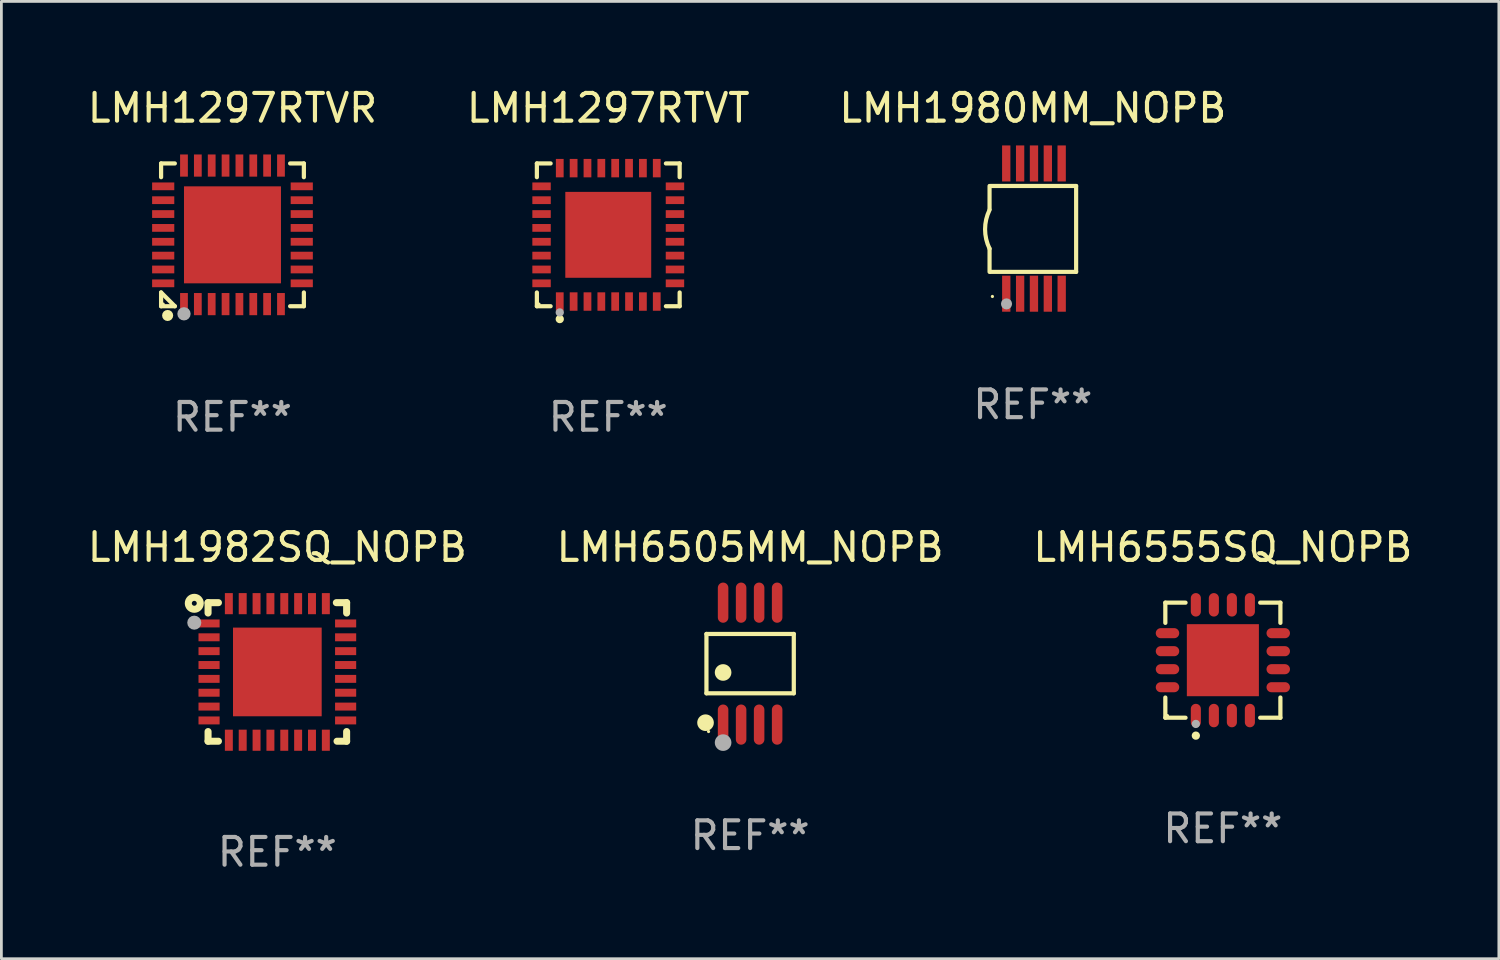
<source format=kicad_pcb>
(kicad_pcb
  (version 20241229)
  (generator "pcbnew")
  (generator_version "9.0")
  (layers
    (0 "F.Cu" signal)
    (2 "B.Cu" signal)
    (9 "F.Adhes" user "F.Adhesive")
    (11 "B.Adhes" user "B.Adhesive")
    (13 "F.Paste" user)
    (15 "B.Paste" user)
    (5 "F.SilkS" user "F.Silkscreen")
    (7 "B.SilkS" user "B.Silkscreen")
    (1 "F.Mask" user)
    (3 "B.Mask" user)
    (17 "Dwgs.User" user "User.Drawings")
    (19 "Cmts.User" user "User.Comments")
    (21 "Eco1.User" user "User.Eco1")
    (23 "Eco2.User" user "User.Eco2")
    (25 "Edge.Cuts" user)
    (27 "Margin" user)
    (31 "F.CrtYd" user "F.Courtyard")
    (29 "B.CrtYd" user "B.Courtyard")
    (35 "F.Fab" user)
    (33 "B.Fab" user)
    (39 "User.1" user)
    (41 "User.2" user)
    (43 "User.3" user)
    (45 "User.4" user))
  (footprint "LMH1982SQ_NOPB"
    (layer "F.Cu")
    (at 6.958 21.197)
    (property "Reference" "LMH1982SQ_NOPB" (at 0 -4.5 0) (layer "F.SilkS") (effects (font (size 1 1) (thickness 0.15))))
    (attr through_hole)
    (fp_line (start -2.5 -2.5) (end -2.5 -2.126) (stroke (width 0.254) (type solid)) (layer "F.SilkS"))
    (fp_line (start -2.5 -2.5) (end -2.126 -2.5) (stroke (width 0.254) (type solid)) (layer "F.SilkS"))
    (fp_line (start -2.5 2.151) (end -2.5 2.5) (stroke (width 0.254) (type solid)) (layer "F.SilkS"))
    (fp_line (start -2.126 2.5) (end -2.5 2.5) (stroke (width 0.254) (type solid)) (layer "F.SilkS"))
    (fp_line (start 2.129 -2.5) (end 2.5 -2.5) (stroke (width 0.254) (type solid)) (layer "F.SilkS"))
    (fp_line (start 2.5 -2.5) (end 2.5 -2.126) (stroke (width 0.254) (type solid)) (layer "F.SilkS"))
    (fp_line (start 2.5 2.151) (end 2.5 2.5) (stroke (width 0.254) (type solid)) (layer "F.SilkS"))
    (fp_line (start 2.5 2.5) (end 2.154 2.5) (stroke (width 0.254) (type solid)) (layer "F.SilkS"))
    (fp_circle (center -2.997 -2.477) (end -2.908 -2.477) (stroke (width 0.254) (type solid)) (fill no) (layer "F.SilkS"))
    (fp_circle (center -2.45 -2.45) (end -2.4 -2.45) (stroke (width 0.1) (type solid)) (fill no) (layer "F.SilkS"))
    (fp_circle (center -2.997 -1.778) (end -2.87 -1.778) (stroke (width 0.254) (type solid)) (fill no) (layer "F.Fab"))
    (fp_text user "REF**" (at 0 6.5 0) (layer "F.Fab") (effects (font (size 1 1) (thickness 0.15))))
    (pad "1" smd rect (at -2.464 -1.75) (size 0.762 0.287) (layers "F.Cu" "F.Mask" "F.Paste"))
    (pad "2" smd rect (at -2.464 -1.25) (size 0.762 0.287) (layers "F.Cu" "F.Mask" "F.Paste"))
    (pad "3" smd rect (at -2.464 -0.75) (size 0.762 0.287) (layers "F.Cu" "F.Mask" "F.Paste"))
    (pad "4" smd rect (at -2.464 -0.25) (size 0.762 0.287) (layers "F.Cu" "F.Mask" "F.Paste"))
    (pad "5" smd rect (at -2.464 0.25) (size 0.762 0.287) (layers "F.Cu" "F.Mask" "F.Paste"))
    (pad "6" smd rect (at -2.464 0.75) (size 0.762 0.287) (layers "F.Cu" "F.Mask" "F.Paste"))
    (pad "7" smd rect (at -2.464 1.25) (size 0.762 0.287) (layers "F.Cu" "F.Mask" "F.Paste"))
    (pad "8" smd rect (at -2.464 1.75) (size 0.762 0.287) (layers "F.Cu" "F.Mask" "F.Paste"))
    (pad "9" smd rect (at -1.75 2.464) (size 0.287 0.762) (layers "F.Cu" "F.Mask" "F.Paste"))
    (pad "10" smd rect (at -1.25 2.464) (size 0.287 0.762) (layers "F.Cu" "F.Mask" "F.Paste"))
    (pad "11" smd rect (at -0.75 2.464) (size 0.287 0.762) (layers "F.Cu" "F.Mask" "F.Paste"))
    (pad "12" smd rect (at -0.25 2.464) (size 0.287 0.762) (layers "F.Cu" "F.Mask" "F.Paste"))
    (pad "13" smd rect (at 0.25 2.464) (size 0.287 0.762) (layers "F.Cu" "F.Mask" "F.Paste"))
    (pad "14" smd rect (at 0.75 2.464) (size 0.287 0.762) (layers "F.Cu" "F.Mask" "F.Paste"))
    (pad "15" smd rect (at 1.25 2.464) (size 0.287 0.762) (layers "F.Cu" "F.Mask" "F.Paste"))
    (pad "16" smd rect (at 1.75 2.464) (size 0.287 0.762) (layers "F.Cu" "F.Mask" "F.Paste"))
    (pad "17" smd rect (at 2.464 1.75) (size 0.762 0.287) (layers "F.Cu" "F.Mask" "F.Paste"))
    (pad "18" smd rect (at 2.464 1.25) (size 0.762 0.287) (layers "F.Cu" "F.Mask" "F.Paste"))
    (pad "19" smd rect (at 2.464 0.75) (size 0.762 0.287) (layers "F.Cu" "F.Mask" "F.Paste"))
    (pad "20" smd rect (at 2.464 0.25) (size 0.762 0.287) (layers "F.Cu" "F.Mask" "F.Paste"))
    (pad "21" smd rect (at 2.464 -0.25) (size 0.762 0.287) (layers "F.Cu" "F.Mask" "F.Paste"))
    (pad "22" smd rect (at 2.464 -0.75) (size 0.762 0.287) (layers "F.Cu" "F.Mask" "F.Paste"))
    (pad "23" smd rect (at 2.464 -1.25) (size 0.762 0.287) (layers "F.Cu" "F.Mask" "F.Paste"))
    (pad "24" smd rect (at 2.464 -1.75) (size 0.762 0.287) (layers "F.Cu" "F.Mask" "F.Paste"))
    (pad "25" smd rect (at 1.75 -2.464) (size 0.287 0.762) (layers "F.Cu" "F.Mask" "F.Paste"))
    (pad "26" smd rect (at 1.25 -2.464) (size 0.287 0.762) (layers "F.Cu" "F.Mask" "F.Paste"))
    (pad "27" smd rect (at 0.75 -2.464) (size 0.287 0.762) (layers "F.Cu" "F.Mask" "F.Paste"))
    (pad "28" smd rect (at 0.25 -2.464) (size 0.287 0.762) (layers "F.Cu" "F.Mask" "F.Paste"))
    (pad "29" smd rect (at -0.25 -2.464) (size 0.287 0.762) (layers "F.Cu" "F.Mask" "F.Paste"))
    (pad "30" smd rect (at -0.75 -2.464) (size 0.287 0.762) (layers "F.Cu" "F.Mask" "F.Paste"))
    (pad "31" smd rect (at -1.25 -2.464) (size 0.287 0.762) (layers "F.Cu" "F.Mask" "F.Paste"))
    (pad "32" smd rect (at -1.75 -2.464) (size 0.287 0.762) (layers "F.Cu" "F.Mask" "F.Paste"))
    (pad "33" smd rect (at 0 0) (size 3.2 3.2) (layers "F.Cu" "F.Mask" "F.Paste")))
  (footprint "LMH6555SQ_NOPB"
    (layer "F.Cu")
    (at 41.077 20.773)
    (property "Reference" "LMH6555SQ_NOPB" (at 0 -4.076 0) (layer "F.SilkS") (effects (font (size 1 1) (thickness 0.15))))
    (attr through_hole)
    (fp_line (start -2.076 -2.076) (end -1.347 -2.076) (stroke (width 0.152) (type solid)) (layer "F.SilkS"))
    (fp_line (start -2.076 -1.347) (end -2.076 -2.076) (stroke (width 0.152) (type solid)) (layer "F.SilkS"))
    (fp_line (start -2.076 1.347) (end -2.076 2.076) (stroke (width 0.152) (type solid)) (layer "F.SilkS"))
    (fp_line (start -2.076 2.076) (end -1.347 2.076) (stroke (width 0.152) (type solid)) (layer "F.SilkS"))
    (fp_line (start 2.076 -2.076) (end 1.347 -2.076) (stroke (width 0.152) (type solid)) (layer "F.SilkS"))
    (fp_line (start 2.076 -1.347) (end 2.076 -2.076) (stroke (width 0.152) (type solid)) (layer "F.SilkS"))
    (fp_line (start 2.076 1.347) (end 2.076 2.076) (stroke (width 0.152) (type solid)) (layer "F.SilkS"))
    (fp_line (start 2.076 2.076) (end 1.347 2.076) (stroke (width 0.152) (type solid)) (layer "F.SilkS"))
    (fp_circle (center -2 2) (end -1.97 2) (stroke (width 0.06) (type solid)) (fill no) (layer "F.SilkS"))
    (fp_circle (center -0.975 2.722) (end -0.9 2.722) (stroke (width 0.15) (type solid)) (fill no) (layer "F.SilkS"))
    (fp_circle (center -0.975 2.3) (end -0.9 2.3) (stroke (width 0.15) (type solid)) (fill no) (layer "F.Fab"))
    (fp_text user "REF**" (at 0 6.076 0) (layer "F.Fab") (effects (font (size 1 1) (thickness 0.15))))
    (pad "1" smd oval (at -0.975 1.998) (size 0.364 0.847) (layers "F.Cu" "F.Mask" "F.Paste"))
    (pad "2" smd oval (at -0.325 1.998) (size 0.364 0.847) (layers "F.Cu" "F.Mask" "F.Paste"))
    (pad "3" smd oval (at 0.325 1.998) (size 0.364 0.847) (layers "F.Cu" "F.Mask" "F.Paste"))
    (pad "4" smd oval (at 0.975 1.998) (size 0.364 0.847) (layers "F.Cu" "F.Mask" "F.Paste"))
    (pad "5" smd oval (at 1.998 0.975) (size 0.847 0.364) (layers "F.Cu" "F.Mask" "F.Paste"))
    (pad "6" smd oval (at 1.998 0.325) (size 0.847 0.364) (layers "F.Cu" "F.Mask" "F.Paste"))
    (pad "7" smd oval (at 1.998 -0.325) (size 0.847 0.364) (layers "F.Cu" "F.Mask" "F.Paste"))
    (pad "8" smd oval (at 1.998 -0.975) (size 0.847 0.364) (layers "F.Cu" "F.Mask" "F.Paste"))
    (pad "9" smd oval (at 0.975 -1.998) (size 0.364 0.847) (layers "F.Cu" "F.Mask" "F.Paste"))
    (pad "10" smd oval (at 0.325 -1.998) (size 0.364 0.847) (layers "F.Cu" "F.Mask" "F.Paste"))
    (pad "11" smd oval (at -0.325 -1.998) (size 0.364 0.847) (layers "F.Cu" "F.Mask" "F.Paste"))
    (pad "12" smd oval (at -0.975 -1.998) (size 0.364 0.847) (layers "F.Cu" "F.Mask" "F.Paste"))
    (pad "13" smd oval (at -1.998 -0.975) (size 0.847 0.364) (layers "F.Cu" "F.Mask" "F.Paste"))
    (pad "14" smd oval (at -1.998 -0.325) (size 0.847 0.364) (layers "F.Cu" "F.Mask" "F.Paste"))
    (pad "15" smd oval (at -1.998 0.325) (size 0.847 0.364) (layers "F.Cu" "F.Mask" "F.Paste"))
    (pad "16" smd oval (at -1.998 0.975) (size 0.847 0.364) (layers "F.Cu" "F.Mask" "F.Paste"))
    (pad "17" smd rect (at 0 0) (size 2.6 2.6) (layers "F.Cu" "F.Mask" "F.Paste")))
  (footprint "LMH1980MM_NOPB"
    (layer "F.Cu")
    (at 34.22 5.198)
    (property "Reference" "LMH1980MM_NOPB" (at 0 -4.35 0) (layer "F.SilkS") (effects (font (size 1 1) (thickness 0.15))))
    (attr through_hole)
    (fp_line (start -1.562 -1.537) (end -1.562 -0.698) (stroke (width 0.15) (type solid)) (layer "F.SilkS"))
    (fp_line (start -1.562 0.724) (end -1.562 1.562) (stroke (width 0.15) (type solid)) (layer "F.SilkS"))
    (fp_line (start -1.538 -1.537) (end 1.562 -1.537) (stroke (width 0.15) (type solid)) (layer "F.SilkS"))
    (fp_line (start -1.538 1.562) (end 1.562 1.562) (stroke (width 0.15) (type solid)) (layer "F.SilkS"))
    (fp_line (start 1.562 1.564) (end 1.562 -1.537) (stroke (width 0.15) (type solid)) (layer "F.SilkS"))
    (fp_arc (start -1.562103 0.724079) (mid -1.723579 0.025578) (end -1.562103 -0.672924) (stroke (width 0.150013) (type solid)) (layer "F.SilkS"))
    (fp_circle (center -1.459 2.45) (end -1.429 2.45) (stroke (width 0.06) (type solid)) (fill no) (layer "F.SilkS"))
    (fp_circle (center -0.95 2.718) (end -0.85 2.718) (stroke (width 0.2) (type solid)) (fill no) (layer "F.Fab"))
    (fp_text user "REF**" (at 0 6.35 0) (layer "F.Fab") (effects (font (size 1 1) (thickness 0.15))))
    (pad "1" smd rect (at -0.959 2.35) (size 0.3 1.3) (layers "F.Cu" "F.Mask" "F.Paste"))
    (pad "2" smd rect (at -0.459 2.35) (size 0.3 1.3) (layers "F.Cu" "F.Mask" "F.Paste"))
    (pad "3" smd rect (at 0.04 2.35) (size 0.3 1.3) (layers "F.Cu" "F.Mask" "F.Paste"))
    (pad "4" smd rect (at 0.541 2.35) (size 0.3 1.3) (layers "F.Cu" "F.Mask" "F.Paste"))
    (pad "5" smd rect (at 1.041 2.35) (size 0.3 1.3) (layers "F.Cu" "F.Mask" "F.Paste"))
    (pad "6" smd rect (at 1.04 -2.35) (size 0.3 1.3) (layers "F.Cu" "F.Mask" "F.Paste"))
    (pad "7" smd rect (at 0.541 -2.35) (size 0.3 1.3) (layers "F.Cu" "F.Mask" "F.Paste"))
    (pad "8" smd rect (at 0.041 -2.35) (size 0.3 1.3) (layers "F.Cu" "F.Mask" "F.Paste"))
    (pad "9" smd rect (at -0.459 -2.35) (size 0.3 1.3) (layers "F.Cu" "F.Mask" "F.Paste"))
    (pad "10" smd rect (at -0.96 -2.35) (size 0.3 1.3) (layers "F.Cu" "F.Mask" "F.Paste")))
  (footprint "LMH1297RTVR"
    (layer "F.Cu")
    (at 5.339 5.424)
    (property "Reference" "LMH1297RTVR" (at 0 -4.576 0) (layer "F.SilkS") (effects (font (size 1 1) (thickness 0.15))))
    (attr through_hole)
    (fp_line (start -2.576 -2.576) (end -2.08 -2.576) (stroke (width 0.152) (type solid)) (layer "F.SilkS"))
    (fp_line (start -2.576 -2.08) (end -2.576 -2.576) (stroke (width 0.152) (type solid)) (layer "F.SilkS"))
    (fp_line (start -2.576 2.08) (end -2.576 2.576) (stroke (width 0.152) (type solid)) (layer "F.SilkS"))
    (fp_line (start -2.576 2.08) (end -2.08 2.576) (stroke (width 0.152) (type solid)) (layer "F.SilkS"))
    (fp_line (start -2.576 2.576) (end -2.08 2.576) (stroke (width 0.152) (type solid)) (layer "F.SilkS"))
    (fp_line (start 2.576 -2.576) (end 2.08 -2.576) (stroke (width 0.152) (type solid)) (layer "F.SilkS"))
    (fp_line (start 2.576 -2.08) (end 2.576 -2.576) (stroke (width 0.152) (type solid)) (layer "F.SilkS"))
    (fp_line (start 2.576 2.08) (end 2.576 2.576) (stroke (width 0.152) (type solid)) (layer "F.SilkS"))
    (fp_line (start 2.576 2.576) (end 2.08 2.576) (stroke (width 0.152) (type solid)) (layer "F.SilkS"))
    (fp_circle (center -2.5 2.5) (end -2.47 2.5) (stroke (width 0.06) (type solid)) (fill no) (layer "F.SilkS"))
    (fp_circle (center -2.34 2.91) (end -2.24 2.91) (stroke (width 0.2) (type solid)) (fill no) (layer "F.SilkS"))
    (fp_circle (center -1.75 2.85) (end -1.63 2.85) (stroke (width 0.24) (type solid)) (fill no) (layer "F.Fab"))
    (fp_text user "REF**" (at 0 6.576 0) (layer "F.Fab") (effects (font (size 1 1) (thickness 0.15))))
    (pad "1" smd rect (at -1.75 2.5) (size 0.28 0.8) (layers "F.Cu" "F.Mask" "F.Paste"))
    (pad "2" smd rect (at -1.25 2.5) (size 0.28 0.8) (layers "F.Cu" "F.Mask" "F.Paste"))
    (pad "3" smd rect (at -0.75 2.5) (size 0.28 0.8) (layers "F.Cu" "F.Mask" "F.Paste"))
    (pad "4" smd rect (at -0.25 2.5) (size 0.28 0.8) (layers "F.Cu" "F.Mask" "F.Paste"))
    (pad "5" smd rect (at 0.25 2.5) (size 0.28 0.8) (layers "F.Cu" "F.Mask" "F.Paste"))
    (pad "6" smd rect (at 0.75 2.5) (size 0.28 0.8) (layers "F.Cu" "F.Mask" "F.Paste"))
    (pad "7" smd rect (at 1.25 2.5) (size 0.28 0.8) (layers "F.Cu" "F.Mask" "F.Paste"))
    (pad "8" smd rect (at 1.75 2.5) (size 0.28 0.8) (layers "F.Cu" "F.Mask" "F.Paste"))
    (pad "9" smd rect (at 2.5 1.75) (size 0.8 0.28) (layers "F.Cu" "F.Mask" "F.Paste"))
    (pad "10" smd rect (at 2.5 1.25) (size 0.8 0.28) (layers "F.Cu" "F.Mask" "F.Paste"))
    (pad "11" smd rect (at 2.5 0.75) (size 0.8 0.28) (layers "F.Cu" "F.Mask" "F.Paste"))
    (pad "12" smd rect (at 2.5 0.25) (size 0.8 0.28) (layers "F.Cu" "F.Mask" "F.Paste"))
    (pad "13" smd rect (at 2.5 -0.25) (size 0.8 0.28) (layers "F.Cu" "F.Mask" "F.Paste"))
    (pad "14" smd rect (at 2.5 -0.75) (size 0.8 0.28) (layers "F.Cu" "F.Mask" "F.Paste"))
    (pad "15" smd rect (at 2.5 -1.25) (size 0.8 0.28) (layers "F.Cu" "F.Mask" "F.Paste"))
    (pad "16" smd rect (at 2.5 -1.75) (size 0.8 0.28) (layers "F.Cu" "F.Mask" "F.Paste"))
    (pad "17" smd rect (at 1.75 -2.5) (size 0.28 0.8) (layers "F.Cu" "F.Mask" "F.Paste"))
    (pad "18" smd rect (at 1.25 -2.5) (size 0.28 0.8) (layers "F.Cu" "F.Mask" "F.Paste"))
    (pad "19" smd rect (at 0.75 -2.5) (size 0.28 0.8) (layers "F.Cu" "F.Mask" "F.Paste"))
    (pad "20" smd rect (at 0.25 -2.5) (size 0.28 0.8) (layers "F.Cu" "F.Mask" "F.Paste"))
    (pad "21" smd rect (at -0.25 -2.5) (size 0.28 0.8) (layers "F.Cu" "F.Mask" "F.Paste"))
    (pad "22" smd rect (at -0.75 -2.5) (size 0.28 0.8) (layers "F.Cu" "F.Mask" "F.Paste"))
    (pad "23" smd rect (at -1.25 -2.5) (size 0.28 0.8) (layers "F.Cu" "F.Mask" "F.Paste"))
    (pad "24" smd rect (at -1.75 -2.5) (size 0.28 0.8) (layers "F.Cu" "F.Mask" "F.Paste"))
    (pad "25" smd rect (at -2.5 -1.75) (size 0.8 0.28) (layers "F.Cu" "F.Mask" "F.Paste"))
    (pad "26" smd rect (at -2.5 -1.25) (size 0.8 0.28) (layers "F.Cu" "F.Mask" "F.Paste"))
    (pad "27" smd rect (at -2.5 -0.75) (size 0.8 0.28) (layers "F.Cu" "F.Mask" "F.Paste"))
    (pad "28" smd rect (at -2.5 -0.25) (size 0.8 0.28) (layers "F.Cu" "F.Mask" "F.Paste"))
    (pad "29" smd rect (at -2.5 0.25) (size 0.8 0.28) (layers "F.Cu" "F.Mask" "F.Paste"))
    (pad "30" smd rect (at -2.5 0.75) (size 0.8 0.28) (layers "F.Cu" "F.Mask" "F.Paste"))
    (pad "31" smd rect (at -2.5 1.25) (size 0.8 0.28) (layers "F.Cu" "F.Mask" "F.Paste"))
    (pad "32" smd rect (at -2.5 1.75) (size 0.8 0.28) (layers "F.Cu" "F.Mask" "F.Paste"))
    (pad "33" smd rect (at 0 0) (size 3.5 3.5) (layers "F.Cu" "F.Mask" "F.Paste")))
  (footprint "LMH6505MM_NOPB"
    (layer "F.Cu")
    (at 24.018 20.897)
    (property "Reference" "LMH6505MM_NOPB" (at 0 -4.2 0) (layer "F.SilkS") (effects (font (size 1 1) (thickness 0.15))))
    (attr through_hole)
    (fp_line (start -1.576 -1.071) (end 1.576 -1.071) (stroke (width 0.152) (type solid)) (layer "F.SilkS"))
    (fp_line (start -1.576 1.071) (end -1.576 -1.071) (stroke (width 0.152) (type solid)) (layer "F.SilkS"))
    (fp_line (start 1.576 -1.071) (end 1.576 1.071) (stroke (width 0.152) (type solid)) (layer "F.SilkS"))
    (fp_line (start 1.576 1.071) (end -1.576 1.071) (stroke (width 0.152) (type solid)) (layer "F.SilkS"))
    (fp_circle (center -1.609 2.131) (end -1.459 2.131) (stroke (width 0.3) (type solid)) (fill no) (layer "F.SilkS"))
    (fp_circle (center -1.5 2.45) (end -1.47 2.45) (stroke (width 0.06) (type solid)) (fill no) (layer "F.SilkS"))
    (fp_circle (center -0.975 0.319) (end -0.825 0.319) (stroke (width 0.3) (type solid)) (fill no) (layer "F.SilkS"))
    (fp_circle (center -0.975 2.85) (end -0.825 2.85) (stroke (width 0.3) (type solid)) (fill no) (layer "F.Fab"))
    (fp_text user "REF**" (at 0 6.2 0) (layer "F.Fab") (effects (font (size 1 1) (thickness 0.15))))
    (pad "1" smd oval (at -0.975 2.2) (size 0.38 1.45) (layers "F.Cu" "F.Mask" "F.Paste"))
    (pad "2" smd oval (at -0.325 2.2) (size 0.38 1.45) (layers "F.Cu" "F.Mask" "F.Paste"))
    (pad "3" smd oval (at 0.325 2.2) (size 0.38 1.45) (layers "F.Cu" "F.Mask" "F.Paste"))
    (pad "4" smd oval (at 0.975 2.2) (size 0.38 1.45) (layers "F.Cu" "F.Mask" "F.Paste"))
    (pad "5" smd oval (at 0.975 -2.2) (size 0.38 1.45) (layers "F.Cu" "F.Mask" "F.Paste"))
    (pad "6" smd oval (at 0.325 -2.2) (size 0.38 1.45) (layers "F.Cu" "F.Mask" "F.Paste"))
    (pad "7" smd oval (at -0.325 -2.2) (size 0.38 1.45) (layers "F.Cu" "F.Mask" "F.Paste"))
    (pad "8" smd oval (at -0.975 -2.2) (size 0.38 1.45) (layers "F.Cu" "F.Mask" "F.Paste")))
  (footprint "LMH1297RTVT"
    (layer "F.Cu")
    (at 18.899 5.424)
    (property "Reference" "LMH1297RTVT" (at 0 -4.576 0) (layer "F.SilkS") (effects (font (size 1 1) (thickness 0.15))))
    (attr through_hole)
    (fp_line (start -2.576 -2.576) (end -2.08 -2.576) (stroke (width 0.152) (type solid)) (layer "F.SilkS"))
    (fp_line (start -2.576 -2.08) (end -2.576 -2.576) (stroke (width 0.152) (type solid)) (layer "F.SilkS"))
    (fp_line (start -2.576 2.08) (end -2.576 2.576) (stroke (width 0.152) (type solid)) (layer "F.SilkS"))
    (fp_line (start -2.576 2.576) (end -2.08 2.576) (stroke (width 0.152) (type solid)) (layer "F.SilkS"))
    (fp_line (start 2.576 -2.576) (end 2.08 -2.576) (stroke (width 0.152) (type solid)) (layer "F.SilkS"))
    (fp_line (start 2.576 -2.08) (end 2.576 -2.576) (stroke (width 0.152) (type solid)) (layer "F.SilkS"))
    (fp_line (start 2.576 2.08) (end 2.576 2.576) (stroke (width 0.152) (type solid)) (layer "F.SilkS"))
    (fp_line (start 2.576 2.576) (end 2.08 2.576) (stroke (width 0.152) (type solid)) (layer "F.SilkS"))
    (fp_circle (center -2.5 2.5) (end -2.47 2.5) (stroke (width 0.06) (type solid)) (fill no) (layer "F.SilkS"))
    (fp_circle (center -1.75 3.04) (end -1.675 3.04) (stroke (width 0.15) (type solid)) (fill no) (layer "F.SilkS"))
    (fp_circle (center -1.75 2.8) (end -1.675 2.8) (stroke (width 0.15) (type solid)) (fill no) (layer "F.Fab"))
    (fp_text user "REF**" (at 0 6.576 0) (layer "F.Fab") (effects (font (size 1 1) (thickness 0.15))))
    (pad "1" smd rect (at -1.75 2.407) (size 0.28 0.665) (layers "F.Cu" "F.Mask" "F.Paste"))
    (pad "2" smd rect (at -1.25 2.407) (size 0.28 0.665) (layers "F.Cu" "F.Mask" "F.Paste"))
    (pad "3" smd rect (at -0.75 2.407) (size 0.28 0.665) (layers "F.Cu" "F.Mask" "F.Paste"))
    (pad "4" smd rect (at -0.25 2.407) (size 0.28 0.665) (layers "F.Cu" "F.Mask" "F.Paste"))
    (pad "5" smd rect (at 0.25 2.407) (size 0.28 0.665) (layers "F.Cu" "F.Mask" "F.Paste"))
    (pad "6" smd rect (at 0.75 2.407) (size 0.28 0.665) (layers "F.Cu" "F.Mask" "F.Paste"))
    (pad "7" smd rect (at 1.25 2.407) (size 0.28 0.665) (layers "F.Cu" "F.Mask" "F.Paste"))
    (pad "8" smd rect (at 1.75 2.407) (size 0.28 0.665) (layers "F.Cu" "F.Mask" "F.Paste"))
    (pad "9" smd rect (at 2.407 1.75) (size 0.665 0.28) (layers "F.Cu" "F.Mask" "F.Paste"))
    (pad "10" smd rect (at 2.407 1.25) (size 0.665 0.28) (layers "F.Cu" "F.Mask" "F.Paste"))
    (pad "11" smd rect (at 2.407 0.75) (size 0.665 0.28) (layers "F.Cu" "F.Mask" "F.Paste"))
    (pad "12" smd rect (at 2.407 0.25) (size 0.665 0.28) (layers "F.Cu" "F.Mask" "F.Paste"))
    (pad "13" smd rect (at 2.407 -0.25) (size 0.665 0.28) (layers "F.Cu" "F.Mask" "F.Paste"))
    (pad "14" smd rect (at 2.407 -0.75) (size 0.665 0.28) (layers "F.Cu" "F.Mask" "F.Paste"))
    (pad "15" smd rect (at 2.407 -1.25) (size 0.665 0.28) (layers "F.Cu" "F.Mask" "F.Paste"))
    (pad "16" smd rect (at 2.407 -1.75) (size 0.665 0.28) (layers "F.Cu" "F.Mask" "F.Paste"))
    (pad "17" smd rect (at 1.75 -2.407) (size 0.28 0.665) (layers "F.Cu" "F.Mask" "F.Paste"))
    (pad "18" smd rect (at 1.25 -2.407) (size 0.28 0.665) (layers "F.Cu" "F.Mask" "F.Paste"))
    (pad "19" smd rect (at 0.75 -2.407) (size 0.28 0.665) (layers "F.Cu" "F.Mask" "F.Paste"))
    (pad "20" smd rect (at 0.25 -2.407) (size 0.28 0.665) (layers "F.Cu" "F.Mask" "F.Paste"))
    (pad "21" smd rect (at -0.25 -2.407) (size 0.28 0.665) (layers "F.Cu" "F.Mask" "F.Paste"))
    (pad "22" smd rect (at -0.75 -2.407) (size 0.28 0.665) (layers "F.Cu" "F.Mask" "F.Paste"))
    (pad "23" smd rect (at -1.25 -2.407) (size 0.28 0.665) (layers "F.Cu" "F.Mask" "F.Paste"))
    (pad "24" smd rect (at -1.75 -2.407) (size 0.28 0.665) (layers "F.Cu" "F.Mask" "F.Paste"))
    (pad "25" smd rect (at -2.407 -1.75) (size 0.665 0.28) (layers "F.Cu" "F.Mask" "F.Paste"))
    (pad "26" smd rect (at -2.407 -1.25) (size 0.665 0.28) (layers "F.Cu" "F.Mask" "F.Paste"))
    (pad "27" smd rect (at -2.407 -0.75) (size 0.665 0.28) (layers "F.Cu" "F.Mask" "F.Paste"))
    (pad "28" smd rect (at -2.407 -0.25) (size 0.665 0.28) (layers "F.Cu" "F.Mask" "F.Paste"))
    (pad "29" smd rect (at -2.407 0.25) (size 0.665 0.28) (layers "F.Cu" "F.Mask" "F.Paste"))
    (pad "30" smd rect (at -2.407 0.75) (size 0.665 0.28) (layers "F.Cu" "F.Mask" "F.Paste"))
    (pad "31" smd rect (at -2.407 1.25) (size 0.665 0.28) (layers "F.Cu" "F.Mask" "F.Paste"))
    (pad "32" smd rect (at -2.407 1.75) (size 0.665 0.28) (layers "F.Cu" "F.Mask" "F.Paste"))
    (pad "33" smd rect (at 0 0) (size 3.1 3.1) (layers "F.Cu" "F.Mask" "F.Paste")))
  (gr_rect
    (start -3 -3)
    (end 51.036 31.545)
    (stroke (width 0.1) (type default))
    (fill no)
    (layer "Edge.Cuts")))
</source>
